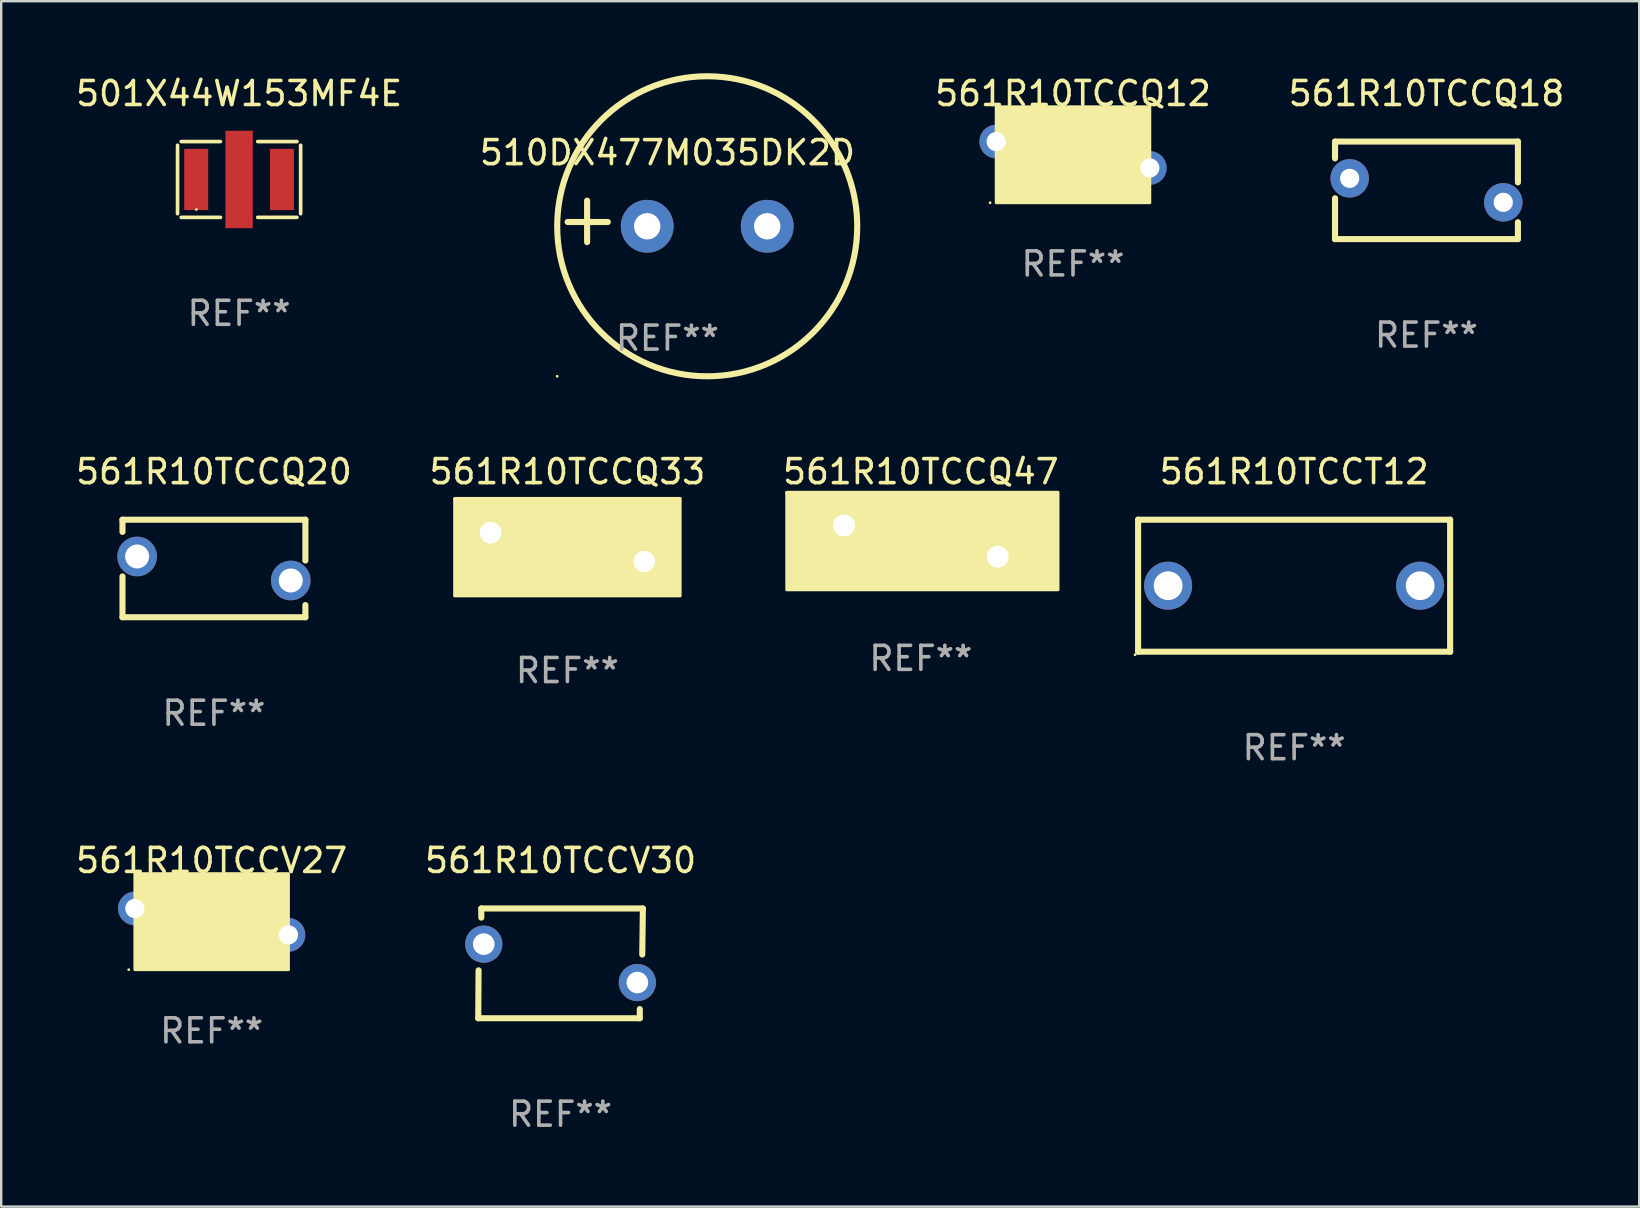
<source format=kicad_pcb>
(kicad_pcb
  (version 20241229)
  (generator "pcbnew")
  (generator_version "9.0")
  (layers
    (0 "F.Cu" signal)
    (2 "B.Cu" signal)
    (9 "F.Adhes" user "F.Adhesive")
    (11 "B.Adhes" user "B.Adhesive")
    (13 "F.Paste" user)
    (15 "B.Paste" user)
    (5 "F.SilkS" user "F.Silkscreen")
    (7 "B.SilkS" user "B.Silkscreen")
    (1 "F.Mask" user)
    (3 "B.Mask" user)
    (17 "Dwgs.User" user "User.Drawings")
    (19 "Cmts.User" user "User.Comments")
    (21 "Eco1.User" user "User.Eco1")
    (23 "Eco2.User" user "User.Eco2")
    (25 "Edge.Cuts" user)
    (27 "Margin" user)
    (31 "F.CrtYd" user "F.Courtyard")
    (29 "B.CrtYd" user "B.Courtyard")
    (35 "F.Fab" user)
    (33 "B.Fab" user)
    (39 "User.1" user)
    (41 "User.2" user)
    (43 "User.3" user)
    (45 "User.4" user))
  (footprint "510DX477M035DK2D"
    (layer "F.Cu")
    (at 24.756 6.174)
    (property "Reference" "510DX477M035DK2D" (at 0 -2.864 0) (layer "F.SilkS") (effects (font (size 1 1) (thickness 0.15))))
    (attr through_hole)
    (fp_line (start -3.346 0.864) (end -3.346 -0.864) (stroke (width 0.254) (type solid)) (layer "F.SilkS"))
    (fp_line (start -2.482 0.025) (end -4.158 0.025) (stroke (width 0.254) (type solid)) (layer "F.SilkS"))
    (fp_circle (center -4.592 6.453) (end -4.562 6.453) (stroke (width 0.06) (type solid)) (fill no) (layer "F.SilkS"))
    (fp_circle (center 1.658 0.203) (end 7.908 0.203) (stroke (width 0.254) (type solid)) (fill no) (layer "F.SilkS"))
    (fp_text user "REF**" (at 0 4.864 0) (layer "F.Fab") (effects (font (size 1 1) (thickness 0.15))))
    (pad "1" thru_hole circle (at -0.842 0.203) (size 2.2 2.2) (drill 1.1) (layers "*.Cu" "*.Mask"))
    (pad "2" thru_hole circle (at 4.158 0.203) (size 2.2 2.2) (drill 1.1) (layers "*.Cu" "*.Mask")))
  (footprint "561R10TCCQ12"
    (layer "F.Cu")
    (at 41.654 3.398)
    (property "Reference" "561R10TCCQ12" (at 0 -2.55 0) (layer "F.SilkS") (effects (font (size 1 1) (thickness 0.15))))
    (attr through_hole)
    (fp_circle (center -3.455 2) (end -3.425 2) (stroke (width 0.06) (type solid)) (fill no) (layer "F.SilkS"))
    (fp_poly (pts (xy -3.2 -2) (xy 3.2 -2) (xy 3.2 2) (xy -3.2 2)) (stroke (width 0.12) (type solid)) (fill yes) (layer "F.SilkS"))
    (fp_text user "REF**" (at 0 4.55 0) (layer "F.Fab") (effects (font (size 1 1) (thickness 0.15))))
    (pad "1" thru_hole circle (at -3.2 -0.55) (size 1.4 1.4) (drill 0.8) (layers "*.Cu" "*.Mask"))
    (pad "2" thru_hole circle (at 3.2 0.55) (size 1.4 1.4) (drill 0.8) (layers "*.Cu" "*.Mask")))
  (footprint "561R10TCCQ33"
    (layer "F.Cu")
    (at 20.589 19.745)
    (property "Reference" "561R10TCCQ33" (at 0 -3.143 0) (layer "F.SilkS") (effects (font (size 1 1) (thickness 0.15))))
    (attr through_hole)
    (fp_line (start -2.286 0) (end -0.381 0) (stroke (width 0.254) (type solid)) (layer "F.SilkS"))
    (fp_line (start -0.381 -1.143) (end -0.381 1.143) (stroke (width 0.254) (type solid)) (layer "F.SilkS"))
    (fp_line (start 0.381 1.143) (end 0.381 -1.143) (stroke (width 0.254) (type solid)) (layer "F.SilkS"))
    (fp_line (start 2.286 0) (end 0.381 0) (stroke (width 0.254) (type solid)) (layer "F.SilkS"))
    (fp_circle (center -4.7 -2) (end -4.67 -2) (stroke (width 0.06) (type solid)) (fill no) (layer "F.SilkS"))
    (fp_poly (pts (xy -4.699 -2.032) (xy 4.699 -2.032) (xy 4.699 2.032) (xy -4.699 2.032)) (stroke (width 0.12) (type solid)) (fill yes) (layer "F.SilkS"))
    (fp_text user "REF**" (at 0 5.143 0) (layer "F.Fab") (effects (font (size 1 1) (thickness 0.15))))
    (pad "1" thru_hole circle (at -3.2 -0.6) (size 1.5 1.5) (drill 0.9) (layers "*.Cu" "*.Mask"))
    (pad "2" thru_hole circle (at 3.2 0.6) (size 1.5 1.5) (drill 0.9) (layers "*.Cu" "*.Mask")))
  (footprint "501X44W153MF4E"
    (layer "F.Cu")
    (at 6.911 4.427)
    (property "Reference" "501X44W153MF4E" (at 0 -3.579 0) (layer "F.SilkS") (effects (font (size 1 1) (thickness 0.15))))
    (attr through_hole)
    (fp_line (start -2.564 1.426) (end -2.564 -1.426) (stroke (width 0.152) (type solid)) (layer "F.SilkS"))
    (fp_line (start -2.411 -1.579) (end -0.776 -1.579) (stroke (width 0.152) (type solid)) (layer "F.SilkS"))
    (fp_line (start -0.776 1.579) (end -2.411 1.579) (stroke (width 0.152) (type solid)) (layer "F.SilkS"))
    (fp_line (start 0.776 1.579) (end 2.411 1.579) (stroke (width 0.152) (type solid)) (layer "F.SilkS"))
    (fp_line (start 2.411 -1.579) (end 0.776 -1.579) (stroke (width 0.152) (type solid)) (layer "F.SilkS"))
    (fp_line (start 2.564 1.426) (end 2.564 -1.426) (stroke (width 0.152) (type solid)) (layer "F.SilkS"))
    (fp_circle (center -1.78 1.25) (end -1.75 1.25) (stroke (width 0.06) (type solid)) (fill no) (layer "F.SilkS"))
    (fp_text user "REF**" (at 0 5.579 0) (layer "F.Fab") (effects (font (size 1 1) (thickness 0.15))))
    (pad "1" smd rect (at -1.785 0.000127) (size 1 2.55) (layers "F.Cu" "F.Mask" "F.Paste"))
    (pad "2" smd rect (at 0.000102 0.000127) (size 1.14 4.06) (layers "F.Cu" "F.Mask" "F.Paste"))
    (pad "3" smd rect (at 1.785 0.000127) (size 1 2.55) (layers "F.Cu" "F.Mask" "F.Paste")))
  (footprint "561R10TCCQ20"
    (layer "F.Cu")
    (at 5.863 20.634)
    (property "Reference" "561R10TCCQ20" (at 0 -4.032 0) (layer "F.SilkS") (effects (font (size 1 1) (thickness 0.15))))
    (attr through_hole)
    (fp_line (start -3.81 -2.032) (end 3.81 -2.032) (stroke (width 0.254) (type solid)) (layer "F.SilkS"))
    (fp_line (start -3.81 2.032) (end -3.81 0.331) (stroke (width 0.254) (type solid)) (layer "F.SilkS"))
    (fp_line (start -3.81 -1.524) (end -3.81 -2.032) (stroke (width 0.254) (type solid)) (layer "F.SilkS"))
    (fp_line (start 3.81 -2.032) (end 3.81 -0.33) (stroke (width 0.254) (type solid)) (layer "F.SilkS"))
    (fp_line (start 3.81 2.032) (end -3.81 2.032) (stroke (width 0.254) (type solid)) (layer "F.SilkS"))
    (fp_line (start 3.81 1.524) (end 3.81 2.032) (stroke (width 0.254) (type solid)) (layer "F.SilkS"))
    (fp_circle (center -3.7 -2) (end -3.67 -2) (stroke (width 0.06) (type solid)) (fill no) (layer "F.SilkS"))
    (fp_text user "REF**" (at 0 6.032 0) (layer "F.Fab") (effects (font (size 1 1) (thickness 0.15))))
    (pad "1" thru_hole circle (at -3.2 -0.5) (size 1.65 1.65) (drill 1) (layers "*.Cu" "*.Mask"))
    (pad "2" thru_hole circle (at 3.2 0.5) (size 1.65 1.65) (drill 1) (layers "*.Cu" "*.Mask")))
  (footprint "561R10TCCV27"
    (layer "F.Cu")
    (at 5.768 35.349)
    (property "Reference" "561R10TCCV27" (at 0 -2.55 0) (layer "F.SilkS") (effects (font (size 1 1) (thickness 0.15))))
    (attr through_hole)
    (fp_circle (center -3.455 2) (end -3.425 2) (stroke (width 0.06) (type solid)) (fill no) (layer "F.SilkS"))
    (fp_poly (pts (xy -3.2 -2) (xy 3.2 -2) (xy 3.2 2) (xy -3.2 2)) (stroke (width 0.12) (type solid)) (fill yes) (layer "F.SilkS"))
    (fp_text user "REF**" (at 0 4.55 0) (layer "F.Fab") (effects (font (size 1 1) (thickness 0.15))))
    (pad "1" thru_hole circle (at -3.2 -0.55) (size 1.4 1.4) (drill 0.8) (layers "*.Cu" "*.Mask"))
    (pad "2" thru_hole circle (at 3.2 0.55) (size 1.4 1.4) (drill 0.8) (layers "*.Cu" "*.Mask")))
  (footprint "561R10TCCV30"
    (layer "F.Cu")
    (at 20.304 37.085)
    (property "Reference" "561R10TCCV30" (at 0 -4.286 0) (layer "F.SilkS") (effects (font (size 1 1) (thickness 0.15))))
    (attr through_hole)
    (fp_line (start -3.429 2.286) (end -3.416 0.292) (stroke (width 0.254) (type solid)) (layer "F.SilkS"))
    (fp_line (start -3.302 -2.286) (end 3.429 -2.286) (stroke (width 0.254) (type solid)) (layer "F.SilkS"))
    (fp_line (start -3.302 -1.905) (end -3.302 -2.286) (stroke (width 0.254) (type solid)) (layer "F.SilkS"))
    (fp_line (start 3.302 1.905) (end 3.302 2.286) (stroke (width 0.254) (type solid)) (layer "F.SilkS"))
    (fp_line (start 3.302 2.286) (end -3.429 2.286) (stroke (width 0.254) (type solid)) (layer "F.SilkS"))
    (fp_line (start 3.429 -2.286) (end 3.404 -0.368) (stroke (width 0.254) (type solid)) (layer "F.SilkS"))
    (fp_circle (center -3.45 2) (end -3.42 2) (stroke (width 0.06) (type solid)) (fill no) (layer "F.SilkS"))
    (fp_text user "REF**" (at 0 6.286 0) (layer "F.Fab") (effects (font (size 1 1) (thickness 0.15))))
    (pad "1" thru_hole circle (at -3.2 -0.8) (size 1.55 1.55) (drill 0.9) (layers "*.Cu" "*.Mask"))
    (pad "2" thru_hole circle (at 3.2 0.8) (size 1.55 1.55) (drill 0.9) (layers "*.Cu" "*.Mask")))
  (footprint "561R10TCCQ47"
    (layer "F.Cu")
    (at 35.315 19.491)
    (property "Reference" "561R10TCCQ47" (at 0 -2.889 0) (layer "F.SilkS") (effects (font (size 1 1) (thickness 0.15))))
    (attr through_hole)
    (fp_line (start -0.381 -0.889) (end -0.381 0.889) (stroke (width 0.254) (type solid)) (layer "F.SilkS"))
    (fp_line (start -0.381 -0.013) (end -1.905 -0.013) (stroke (width 0.254) (type solid)) (layer "F.SilkS"))
    (fp_line (start 0.381 -0.889) (end 0.381 0.889) (stroke (width 0.254) (type solid)) (layer "F.SilkS"))
    (fp_line (start 0.381 0.012) (end 1.905 0.012) (stroke (width 0.254) (type solid)) (layer "F.SilkS"))
    (fp_line (start 0.381 0.889) (end 0.381 -0.127) (stroke (width 0.254) (type solid)) (layer "F.SilkS"))
    (fp_circle (center -5.6 -2) (end -5.57 -2) (stroke (width 0.06) (type solid)) (fill no) (layer "F.SilkS"))
    (fp_poly (pts (xy -5.588 -2.032) (xy 5.715 -2.032) (xy 5.715 2.032) (xy -5.588 2.032)) (stroke (width 0.12) (type solid)) (fill yes) (layer "F.SilkS"))
    (fp_text user "REF**" (at 0 4.889 0) (layer "F.Fab") (effects (font (size 1 1) (thickness 0.15))))
    (pad "1" thru_hole circle (at -3.2 -0.65) (size 1.524 1.524) (drill 0.914) (layers "*.Cu" "*.Mask"))
    (pad "2" thru_hole circle (at 3.2 0.65) (size 1.524 1.524) (drill 0.914) (layers "*.Cu" "*.Mask")))
  (footprint "561R10TCCT12"
    (layer "F.Cu")
    (at 50.866 21.352)
    (property "Reference" "561R10TCCT12" (at 0 -4.75 0) (layer "F.SilkS") (effects (font (size 1 1) (thickness 0.15))))
    (attr through_hole)
    (fp_line (start -6.5 -2.75) (end -6.5 2.75) (stroke (width 0.254) (type solid)) (layer "F.SilkS"))
    (fp_line (start -6.5 -2.75) (end 6.5 -2.75) (stroke (width 0.254) (type solid)) (layer "F.SilkS"))
    (fp_line (start 6.5 -2.75) (end 6.5 2.75) (stroke (width 0.254) (type solid)) (layer "F.SilkS"))
    (fp_line (start 6.5 2.75) (end -6.5 2.75) (stroke (width 0.254) (type solid)) (layer "F.SilkS"))
    (fp_circle (center -6.627 2.877) (end -6.597 2.877) (stroke (width 0.06) (type solid)) (fill no) (layer "F.SilkS"))
    (fp_text user "REF**" (at 0 6.75 0) (layer "F.Fab") (effects (font (size 1 1) (thickness 0.15))))
    (pad "1" thru_hole circle (at -5.25 0) (size 2 2) (drill 1.2) (layers "*.Cu" "*.Mask"))
    (pad "2" thru_hole circle (at 5.25 0) (size 2 2) (drill 1.2) (layers "*.Cu" "*.Mask")))
  (footprint "561R10TCCQ18"
    (layer "F.Cu")
    (at 56.38 4.88)
    (property "Reference" "561R10TCCQ18" (at 0 -4.032 0) (layer "F.SilkS") (effects (font (size 1 1) (thickness 0.15))))
    (attr through_hole)
    (fp_line (start -3.81 -2.032) (end 3.81 -2.032) (stroke (width 0.254) (type solid)) (layer "F.SilkS"))
    (fp_line (start -3.81 -1.331) (end -3.81 -2.032) (stroke (width 0.254) (type solid)) (layer "F.SilkS"))
    (fp_line (start -3.81 2.032) (end -3.81 0.331) (stroke (width 0.254) (type solid)) (layer "F.SilkS"))
    (fp_line (start 3.81 -2.032) (end 3.81 -0.331) (stroke (width 0.254) (type solid)) (layer "F.SilkS"))
    (fp_line (start 3.81 1.331) (end 3.81 2.032) (stroke (width 0.254) (type solid)) (layer "F.SilkS"))
    (fp_line (start 3.81 2.032) (end -3.81 2.032) (stroke (width 0.254) (type solid)) (layer "F.SilkS"))
    (fp_circle (center -3.7 -2) (end -3.67 -2) (stroke (width 0.06) (type solid)) (fill no) (layer "F.SilkS"))
    (fp_text user "REF**" (at 0 6.032 0) (layer "F.Fab") (effects (font (size 1 1) (thickness 0.15))))
    (pad "1" thru_hole circle (at -3.2 -0.5) (size 1.6 1.6) (drill 0.8) (layers "*.Cu" "*.Mask"))
    (pad "2" thru_hole circle (at 3.2 0.5) (size 1.6 1.6) (drill 0.8) (layers "*.Cu" "*.Mask")))
  (gr_rect
    (start -3 -3)
    (end 65.244 47.219)
    (stroke (width 0.1) (type default))
    (fill no)
    (layer "Edge.Cuts")))
</source>
